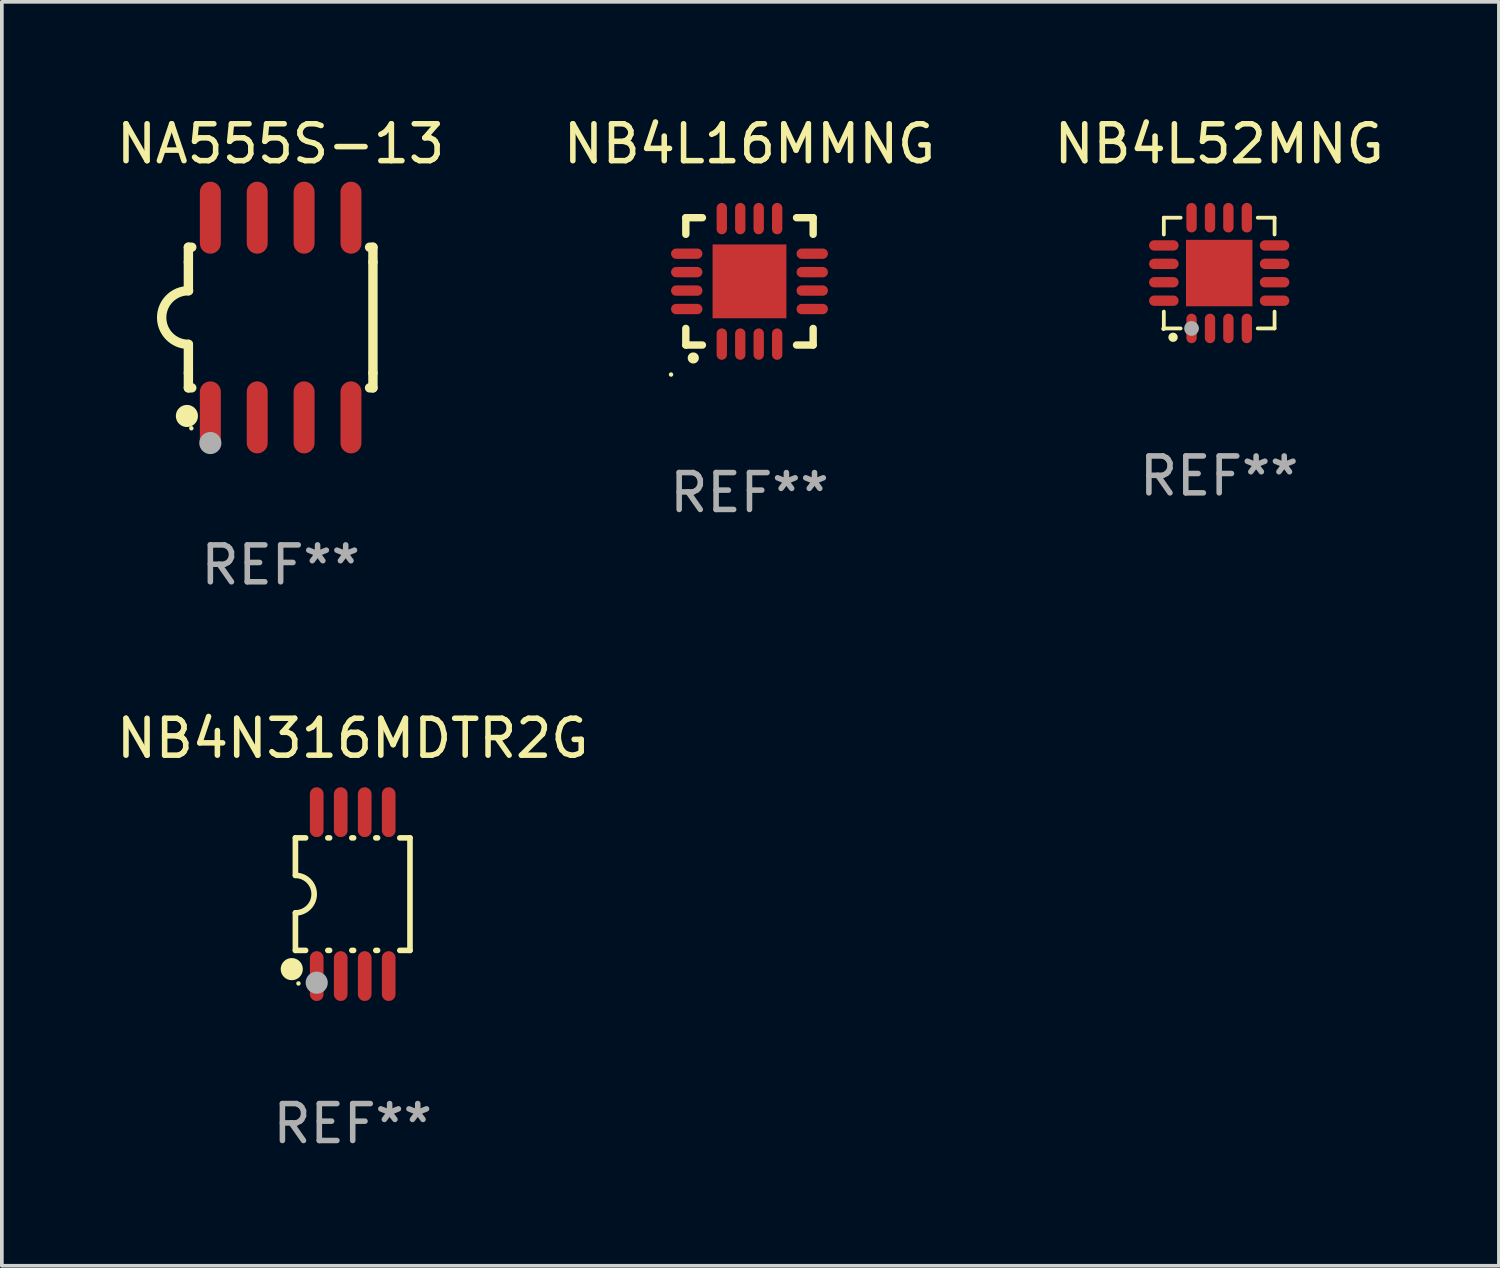
<source format=kicad_pcb>
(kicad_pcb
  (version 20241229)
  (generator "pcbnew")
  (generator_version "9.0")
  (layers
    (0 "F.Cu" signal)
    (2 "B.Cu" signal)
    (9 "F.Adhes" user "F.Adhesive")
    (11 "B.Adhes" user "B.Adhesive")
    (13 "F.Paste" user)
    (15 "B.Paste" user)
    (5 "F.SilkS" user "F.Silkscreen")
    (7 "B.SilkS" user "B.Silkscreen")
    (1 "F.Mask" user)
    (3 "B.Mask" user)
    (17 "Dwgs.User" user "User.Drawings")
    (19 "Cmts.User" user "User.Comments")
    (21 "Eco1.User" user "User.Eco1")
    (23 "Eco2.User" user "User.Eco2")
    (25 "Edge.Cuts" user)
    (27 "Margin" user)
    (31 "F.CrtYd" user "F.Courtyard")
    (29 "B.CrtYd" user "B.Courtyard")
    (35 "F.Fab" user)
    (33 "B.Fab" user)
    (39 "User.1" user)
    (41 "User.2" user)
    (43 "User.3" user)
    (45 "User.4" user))
  (footprint "NB4L52MNG"
    (layer "F.Cu")
    (at 29.982 4.348)
    (property "Reference" "NB4L52MNG" (at 0 -3.5 0) (layer "F.SilkS") (effects (font (size 1 1) (thickness 0.15))))
    (attr through_hole)
    (fp_line (start -1.5 -1.5) (end -1.5 -1.044) (stroke (width 0.102) (type solid)) (layer "F.SilkS"))
    (fp_line (start -1.5 -1.5) (end -1.044 -1.5) (stroke (width 0.102) (type solid)) (layer "F.SilkS"))
    (fp_line (start -1.5 1.044) (end -1.5 1.5) (stroke (width 0.102) (type solid)) (layer "F.SilkS"))
    (fp_line (start -1.5 1.5) (end -1.044 1.5) (stroke (width 0.102) (type solid)) (layer "F.SilkS"))
    (fp_line (start 1.044 -1.5) (end 1.5 -1.5) (stroke (width 0.102) (type solid)) (layer "F.SilkS"))
    (fp_line (start 1.044 1.5) (end 1.5 1.5) (stroke (width 0.102) (type solid)) (layer "F.SilkS"))
    (fp_line (start 1.5 -1.044) (end 1.5 -1.5) (stroke (width 0.102) (type solid)) (layer "F.SilkS"))
    (fp_line (start 1.5 1.5) (end 1.5 1.044) (stroke (width 0.102) (type solid)) (layer "F.SilkS"))
    (fp_arc (start -1.251283 1.740005) (mid -1.250013 1.739934) (end -1.248743 1.740005) (stroke (width 0.25) (type solid)) (layer "F.SilkS"))
    (fp_circle (center -1.509 1.51) (end -1.479 1.51) (stroke (width 0.06) (type solid)) (fill no) (layer "F.SilkS"))
    (fp_circle (center -0.75 1.5) (end -0.65 1.5) (stroke (width 0.2) (type solid)) (fill no) (layer "F.Fab"))
    (fp_text user "REF**" (at 0 5.5 0) (layer "F.Fab") (effects (font (size 1 1) (thickness 0.15))))
    (pad "1" smd oval (at -0.749 1.5) (size 0.28 0.8) (layers "F.Cu" "F.Mask" "F.Paste"))
    (pad "2" smd oval (at -0.249 1.5) (size 0.28 0.8) (layers "F.Cu" "F.Mask" "F.Paste"))
    (pad "3" smd oval (at 0.249 1.5) (size 0.28 0.8) (layers "F.Cu" "F.Mask" "F.Paste"))
    (pad "4" smd oval (at 0.749 1.5) (size 0.28 0.8) (layers "F.Cu" "F.Mask" "F.Paste"))
    (pad "5" smd oval (at 1.5 0.749) (size 0.8 0.28) (layers "F.Cu" "F.Mask" "F.Paste"))
    (pad "6" smd oval (at 1.5 0.249) (size 0.8 0.28) (layers "F.Cu" "F.Mask" "F.Paste"))
    (pad "7" smd oval (at 1.5 -0.249) (size 0.8 0.28) (layers "F.Cu" "F.Mask" "F.Paste"))
    (pad "8" smd oval (at 1.5 -0.749) (size 0.8 0.28) (layers "F.Cu" "F.Mask" "F.Paste"))
    (pad "9" smd oval (at 0.749 -1.5) (size 0.28 0.8) (layers "F.Cu" "F.Mask" "F.Paste"))
    (pad "10" smd oval (at 0.249 -1.5) (size 0.28 0.8) (layers "F.Cu" "F.Mask" "F.Paste"))
    (pad "11" smd oval (at -0.249 -1.5) (size 0.28 0.8) (layers "F.Cu" "F.Mask" "F.Paste"))
    (pad "12" smd oval (at -0.749 -1.5) (size 0.28 0.8) (layers "F.Cu" "F.Mask" "F.Paste"))
    (pad "13" smd oval (at -1.5 -0.749) (size 0.8 0.28) (layers "F.Cu" "F.Mask" "F.Paste"))
    (pad "14" smd oval (at -1.5 -0.249) (size 0.8 0.28) (layers "F.Cu" "F.Mask" "F.Paste"))
    (pad "15" smd oval (at -1.5 0.249) (size 0.8 0.28) (layers "F.Cu" "F.Mask" "F.Paste"))
    (pad "16" smd oval (at -1.5 0.749) (size 0.8 0.28) (layers "F.Cu" "F.Mask" "F.Paste"))
    (pad "17" smd rect (at 0.000152 -0.000076 90) (size 1.8 1.8) (layers "F.Cu" "F.Mask" "F.Paste")))
  (footprint "NA555S-13"
    (layer "F.Cu")
    (at 4.554 5.553)
    (property "Reference" "NA555S-13" (at 0 -4.705 0) (layer "F.SilkS") (effects (font (size 1 1) (thickness 0.15))))
    (attr through_hole)
    (fp_line (start -2.5 -1.905) (end -2.409 -1.905) (stroke (width 0.254) (type solid)) (layer "F.SilkS"))
    (fp_line (start -2.5 -1.5) (end -2.5 -1.905) (stroke (width 0.254) (type solid)) (layer "F.SilkS"))
    (fp_line (start -2.5 -1.5) (end -2.5 -0.726) (stroke (width 0.254) (type solid)) (layer "F.SilkS"))
    (fp_line (start -2.5 1.5) (end -2.5 0.727) (stroke (width 0.254) (type solid)) (layer "F.SilkS"))
    (fp_line (start -2.5 1.5) (end -2.5 1.905) (stroke (width 0.254) (type solid)) (layer "F.SilkS"))
    (fp_line (start -2.5 1.905) (end -2.409 1.905) (stroke (width 0.254) (type solid)) (layer "F.SilkS"))
    (fp_line (start 2.5 -1.905) (end 2.409 -1.905) (stroke (width 0.254) (type solid)) (layer "F.SilkS"))
    (fp_line (start 2.5 -1.5) (end 2.5 -1.905) (stroke (width 0.254) (type solid)) (layer "F.SilkS"))
    (fp_line (start 2.5 -1.5) (end 2.5 1.5) (stroke (width 0.254) (type solid)) (layer "F.SilkS"))
    (fp_line (start 2.5 1.5) (end 2.5 1.905) (stroke (width 0.254) (type solid)) (layer "F.SilkS"))
    (fp_line (start 2.5 1.905) (end 2.409 1.905) (stroke (width 0.254) (type solid)) (layer "F.SilkS"))
    (fp_arc (start -2.5 0.726568) (mid -3.220316 -0.0023) (end -2.495097 -0.726289) (stroke (width 0.254001) (type solid)) (layer "F.SilkS"))
    (fp_circle (center -2.54 2.667) (end -2.39 2.667) (stroke (width 0.3) (type solid)) (fill no) (layer "F.SilkS"))
    (fp_circle (center -2.42 3) (end -2.39 3) (stroke (width 0.06) (type solid)) (fill no) (layer "F.SilkS"))
    (fp_circle (center -1.905 3.4) (end -1.755 3.4) (stroke (width 0.3) (type solid)) (fill no) (layer "F.Fab"))
    (fp_text user "REF**" (at 0 6.705 0) (layer "F.Fab") (effects (font (size 1 1) (thickness 0.15))))
    (pad "1" smd oval (at -1.905 2.705) (size 0.568 1.95) (layers "F.Cu" "F.Mask" "F.Paste"))
    (pad "2" smd oval (at -0.635 2.705) (size 0.568 1.95) (layers "F.Cu" "F.Mask" "F.Paste"))
    (pad "3" smd oval (at 0.635 2.705) (size 0.568 1.95) (layers "F.Cu" "F.Mask" "F.Paste"))
    (pad "4" smd oval (at 1.905 2.705) (size 0.568 1.95) (layers "F.Cu" "F.Mask" "F.Paste"))
    (pad "5" smd oval (at 1.905 -2.705) (size 0.568 1.95) (layers "F.Cu" "F.Mask" "F.Paste"))
    (pad "6" smd oval (at 0.635 -2.705) (size 0.568 1.95) (layers "F.Cu" "F.Mask" "F.Paste"))
    (pad "7" smd oval (at -0.635 -2.705) (size 0.568 1.95) (layers "F.Cu" "F.Mask" "F.Paste"))
    (pad "8" smd oval (at -1.905 -2.705) (size 0.568 1.95) (layers "F.Cu" "F.Mask" "F.Paste")))
  (footprint "NB4N316MDTR2G"
    (layer "F.Cu")
    (at 6.506 21.175)
    (property "Reference" "NB4N316MDTR2G" (at 0 -4.22 0) (layer "F.SilkS") (effects (font (size 1 1) (thickness 0.15))))
    (attr through_hole)
    (fp_line (start -1.552 -1.524) (end -1.276 -1.524) (stroke (width 0.152) (type solid)) (layer "F.SilkS"))
    (fp_line (start -1.552 -0.508) (end -1.552 -1.524) (stroke (width 0.152) (type solid)) (layer "F.SilkS"))
    (fp_line (start -1.552 1.524) (end -1.552 0.508) (stroke (width 0.152) (type solid)) (layer "F.SilkS"))
    (fp_line (start -1.552 1.524) (end -1.276 1.524) (stroke (width 0.152) (type solid)) (layer "F.SilkS"))
    (fp_line (start -0.674 -1.524) (end -0.626 -1.524) (stroke (width 0.152) (type solid)) (layer "F.SilkS"))
    (fp_line (start -0.674 1.524) (end -0.626 1.524) (stroke (width 0.152) (type solid)) (layer "F.SilkS"))
    (fp_line (start -0.024 -1.524) (end 0.024 -1.524) (stroke (width 0.152) (type solid)) (layer "F.SilkS"))
    (fp_line (start -0.024 1.524) (end 0.024 1.524) (stroke (width 0.152) (type solid)) (layer "F.SilkS"))
    (fp_line (start 0.626 -1.524) (end 0.674 -1.524) (stroke (width 0.152) (type solid)) (layer "F.SilkS"))
    (fp_line (start 0.626 1.524) (end 0.674 1.524) (stroke (width 0.152) (type solid)) (layer "F.SilkS"))
    (fp_line (start 1.276 1.524) (end 1.552 1.524) (stroke (width 0.152) (type solid)) (layer "F.SilkS"))
    (fp_line (start 1.276 -1.524) (end 1.552 -1.524) (stroke (width 0.152) (type solid)) (layer "F.SilkS"))
    (fp_line (start 1.552 -1.524) (end 1.552 1.524) (stroke (width 0.152) (type solid)) (layer "F.SilkS"))
    (fp_arc (start -1.551943 -0.508001) (mid -1.043942 0) (end -1.551943 0.508001) (stroke (width 0.151994) (type solid)) (layer "F.SilkS"))
    (fp_circle (center -1.651 2.032) (end -1.501 2.032) (stroke (width 0.3) (type solid)) (fill no) (layer "F.SilkS"))
    (fp_circle (center -1.47 2.42) (end -1.44 2.42) (stroke (width 0.06) (type solid)) (fill no) (layer "F.SilkS"))
    (fp_circle (center -0.975 2.4) (end -0.825 2.4) (stroke (width 0.3) (type solid)) (fill no) (layer "F.Fab"))
    (fp_text user "REF**" (at 0 6.22 0) (layer "F.Fab") (effects (font (size 1 1) (thickness 0.15))))
    (pad "1" smd oval (at -0.975 2.22) (size 0.37 1.35) (layers "F.Cu" "F.Mask" "F.Paste"))
    (pad "2" smd oval (at -0.325 2.22) (size 0.37 1.35) (layers "F.Cu" "F.Mask" "F.Paste"))
    (pad "3" smd oval (at 0.325 2.22) (size 0.37 1.35) (layers "F.Cu" "F.Mask" "F.Paste"))
    (pad "4" smd oval (at 0.975 2.22) (size 0.37 1.35) (layers "F.Cu" "F.Mask" "F.Paste"))
    (pad "5" smd oval (at 0.975 -2.22) (size 0.37 1.35) (layers "F.Cu" "F.Mask" "F.Paste"))
    (pad "6" smd oval (at 0.325 -2.22) (size 0.37 1.35) (layers "F.Cu" "F.Mask" "F.Paste"))
    (pad "7" smd oval (at -0.325 -2.22) (size 0.37 1.35) (layers "F.Cu" "F.Mask" "F.Paste"))
    (pad "8" smd oval (at -0.975 -2.22) (size 0.37 1.35) (layers "F.Cu" "F.Mask" "F.Paste")))
  (footprint "NB4L16MMNG"
    (layer "F.Cu")
    (at 17.256 4.573)
    (property "Reference" "NB4L16MMNG" (at 0 -3.725 0) (layer "F.SilkS") (effects (font (size 1 1) (thickness 0.15))))
    (attr through_hole)
    (fp_line (start -1.725 -1.725) (end -1.275 -1.725) (stroke (width 0.2) (type solid)) (layer "F.SilkS"))
    (fp_line (start -1.725 -1.275) (end -1.725 -1.725) (stroke (width 0.2) (type solid)) (layer "F.SilkS"))
    (fp_line (start -1.725 1.725) (end -1.725 1.275) (stroke (width 0.2) (type solid)) (layer "F.SilkS"))
    (fp_line (start -1.275 1.725) (end -1.725 1.725) (stroke (width 0.2) (type solid)) (layer "F.SilkS"))
    (fp_line (start 1.725 -1.725) (end 1.275 -1.725) (stroke (width 0.2) (type solid)) (layer "F.SilkS"))
    (fp_line (start 1.725 -1.275) (end 1.725 -1.725) (stroke (width 0.2) (type solid)) (layer "F.SilkS"))
    (fp_line (start 1.725 1.275) (end 1.725 1.725) (stroke (width 0.2) (type solid)) (layer "F.SilkS"))
    (fp_line (start 1.725 1.725) (end 1.275 1.725) (stroke (width 0.2) (type solid)) (layer "F.SilkS"))
    (fp_arc (start -1.524003 2.075184) (mid -1.522733 2.075179) (end -1.521463 2.075184) (stroke (width 0.3) (type solid)) (layer "F.SilkS"))
    (fp_circle (center -2.125 2.525) (end -2.095 2.525) (stroke (width 0.06) (type solid)) (fill no) (layer "F.SilkS"))
    (fp_text user "REF**" (at 0 5.725 0) (layer "F.Fab") (effects (font (size 1 1) (thickness 0.15))))
    (pad "1" smd oval (at -0.75 1.7 180) (size 0.28 0.85) (layers "F.Cu" "F.Mask" "F.Paste"))
    (pad "2" smd oval (at -0.25 1.7 180) (size 0.28 0.85) (layers "F.Cu" "F.Mask" "F.Paste"))
    (pad "3" smd oval (at 0.25 1.7 180) (size 0.28 0.85) (layers "F.Cu" "F.Mask" "F.Paste"))
    (pad "4" smd oval (at 0.75 1.7 180) (size 0.28 0.85) (layers "F.Cu" "F.Mask" "F.Paste"))
    (pad "5" smd oval (at 1.7 0.75 90) (size 0.28 0.85) (layers "F.Cu" "F.Mask" "F.Paste"))
    (pad "6" smd oval (at 1.7 0.25 90) (size 0.28 0.85) (layers "F.Cu" "F.Mask" "F.Paste"))
    (pad "7" smd oval (at 1.7 -0.25 90) (size 0.28 0.85) (layers "F.Cu" "F.Mask" "F.Paste"))
    (pad "8" smd oval (at 1.7 -0.75 90) (size 0.28 0.85) (layers "F.Cu" "F.Mask" "F.Paste"))
    (pad "9" smd oval (at 0.75 -1.7 180) (size 0.28 0.85) (layers "F.Cu" "F.Mask" "F.Paste"))
    (pad "10" smd oval (at 0.25 -1.7 180) (size 0.28 0.85) (layers "F.Cu" "F.Mask" "F.Paste"))
    (pad "11" smd oval (at -0.25 -1.7 180) (size 0.28 0.85) (layers "F.Cu" "F.Mask" "F.Paste"))
    (pad "12" smd oval (at -0.75 -1.7 180) (size 0.28 0.85) (layers "F.Cu" "F.Mask" "F.Paste"))
    (pad "13" smd oval (at -1.7 -0.75 90) (size 0.28 0.85) (layers "F.Cu" "F.Mask" "F.Paste"))
    (pad "14" smd oval (at -1.7 -0.25 90) (size 0.28 0.85) (layers "F.Cu" "F.Mask" "F.Paste"))
    (pad "15" smd oval (at -1.7 0.25 90) (size 0.28 0.85) (layers "F.Cu" "F.Mask" "F.Paste"))
    (pad "16" smd oval (at -1.7 0.75 90) (size 0.28 0.85) (layers "F.Cu" "F.Mask" "F.Paste"))
    (pad "17" smd rect (at 0 0 90) (size 2 2) (layers "F.Cu" "F.Mask" "F.Paste")))
  (gr_rect
    (start -3 -3)
    (end 37.56 31.244)
    (stroke (width 0.1) (type default))
    (fill no)
    (layer "Edge.Cuts")))
</source>
